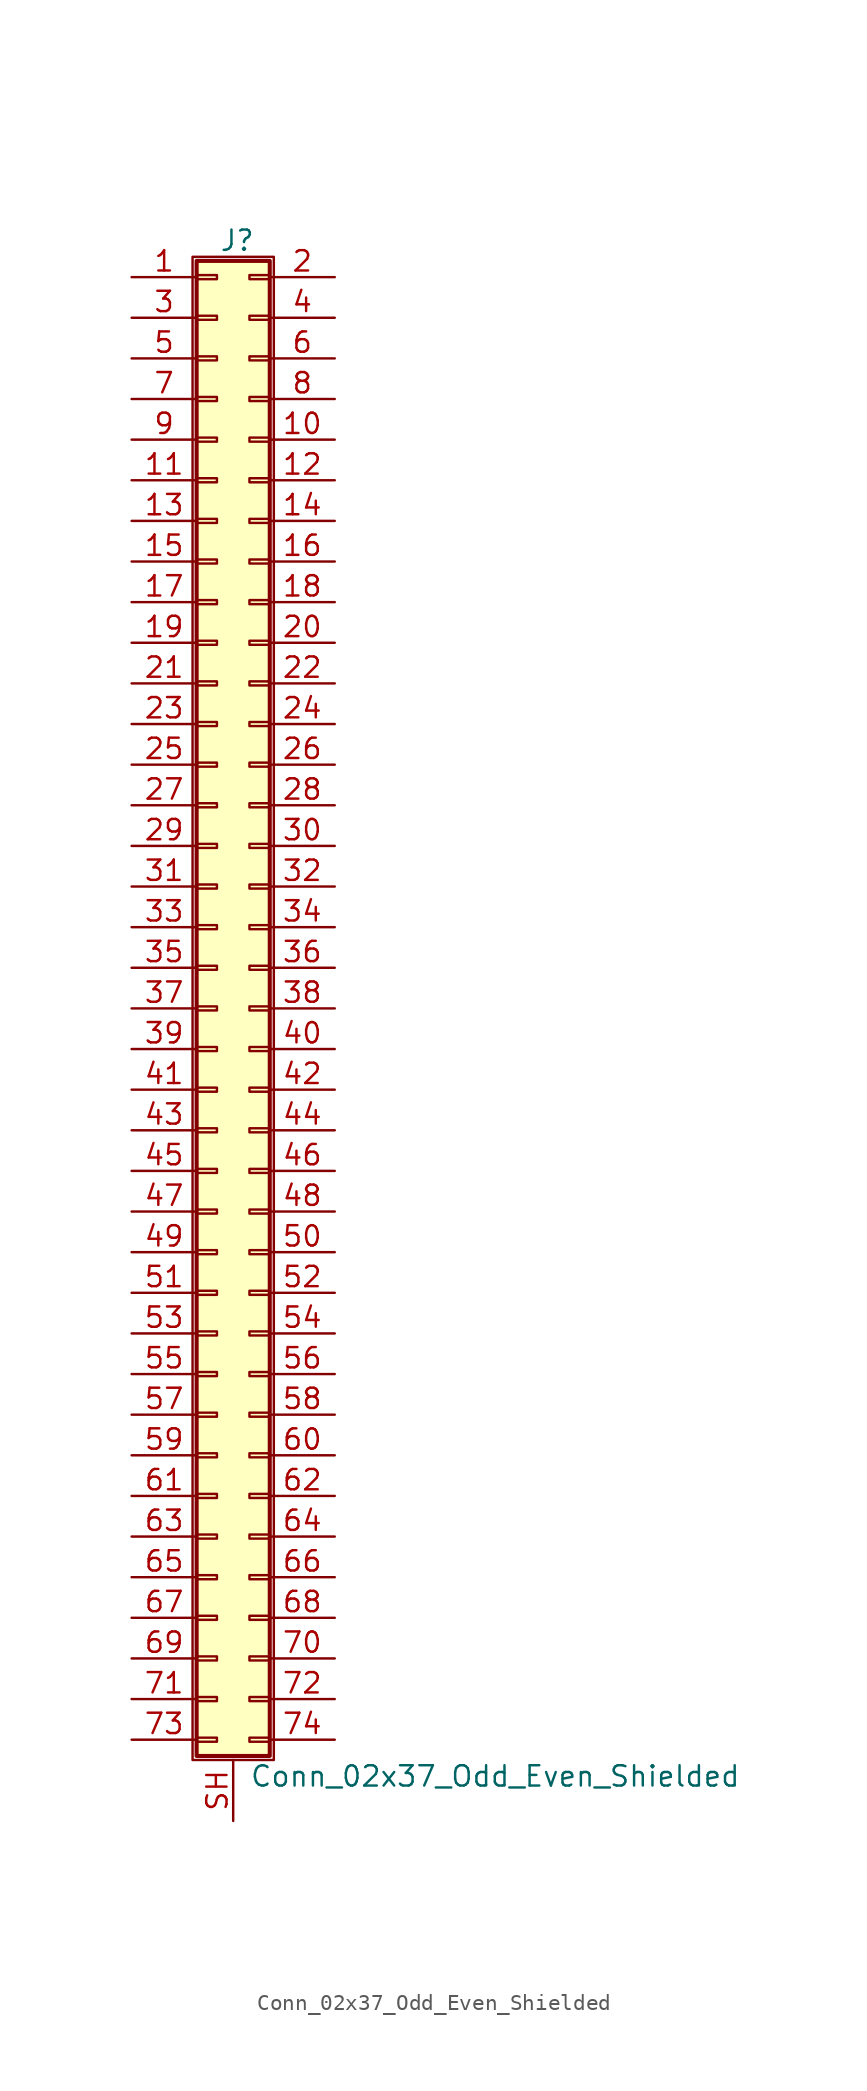
<source format=kicad_sym>
(kicad_symbol_lib
  (version 20201005)
  (generator kicad_symbol_editor)
  (symbol "Conn_02x37_Odd_Even_Shielded"
    (pin_names
      (offset 1.016) hide)
    (property "Reference" "J"
      (at 1.524 48.006 0)
      (effects (font (size 1.27 1.27))))
    (property "Value" "Conn_02x37_Odd_Even_Shielded"
      (at 2.286 -48.006 0)
      (effects (font (size 1.27 1.27)) (justify left)))
    (symbol "Conn_02x37_Odd_Even_Shielded_1_1"
      (rectangle (start -1.27 46.99) (end 3.81 -46.99) (stroke (width 0.152)) (fill (type none)))
      (rectangle (start -1.016 -45.593) (end 0.254 -45.847) (stroke (width 0.152)) (fill (type none)))
      (rectangle (start -1.016 -43.053) (end 0.254 -43.307) (stroke (width 0.152)) (fill (type none)))
      (rectangle (start -1.016 -40.513) (end 0.254 -40.767) (stroke (width 0.152)) (fill (type none)))
      (rectangle (start -1.016 -37.973) (end 0.254 -38.227) (stroke (width 0.152)) (fill (type none)))
      (rectangle (start -1.016 -35.433) (end 0.254 -35.687) (stroke (width 0.152)) (fill (type none)))
      (rectangle (start -1.016 -32.893) (end 0.254 -33.147) (stroke (width 0.152)) (fill (type none)))
      (rectangle (start -1.016 -30.353) (end 0.254 -30.607) (stroke (width 0.152)) (fill (type none)))
      (rectangle (start -1.016 -27.813) (end 0.254 -28.067) (stroke (width 0.152)) (fill (type none)))
      (rectangle (start -1.016 -25.273) (end 0.254 -25.527) (stroke (width 0.152)) (fill (type none)))
      (rectangle (start -1.016 -22.733) (end 0.254 -22.987) (stroke (width 0.152)) (fill (type none)))
      (rectangle (start -1.016 -20.193) (end 0.254 -20.447) (stroke (width 0.152)) (fill (type none)))
      (rectangle (start -1.016 -17.653) (end 0.254 -17.907) (stroke (width 0.152)) (fill (type none)))
      (rectangle (start -1.016 -15.113) (end 0.254 -15.367) (stroke (width 0.152)) (fill (type none)))
      (rectangle (start -1.016 -12.573) (end 0.254 -12.827) (stroke (width 0.152)) (fill (type none)))
      (rectangle (start -1.016 -10.033) (end 0.254 -10.287) (stroke (width 0.152)) (fill (type none)))
      (rectangle (start -1.016 -7.493) (end 0.254 -7.747) (stroke (width 0.152)) (fill (type none)))
      (rectangle (start -1.016 -4.953) (end 0.254 -5.207) (stroke (width 0.152)) (fill (type none)))
      (rectangle (start -1.016 -2.413) (end 0.254 -2.667) (stroke (width 0.152)) (fill (type none)))
      (rectangle (start -1.016 0.127) (end 0.254 -0.127) (stroke (width 0.152)) (fill (type none)))
      (rectangle (start -1.016 2.667) (end 0.254 2.413) (stroke (width 0.152)) (fill (type none)))
      (rectangle (start -1.016 5.207) (end 0.254 4.953) (stroke (width 0.152)) (fill (type none)))
      (rectangle (start -1.016 7.747) (end 0.254 7.493) (stroke (width 0.152)) (fill (type none)))
      (rectangle (start -1.016 10.287) (end 0.254 10.033) (stroke (width 0.152)) (fill (type none)))
      (rectangle (start -1.016 12.827) (end 0.254 12.573) (stroke (width 0.152)) (fill (type none)))
      (rectangle (start -1.016 15.367) (end 0.254 15.113) (stroke (width 0.152)) (fill (type none)))
      (rectangle (start -1.016 17.907) (end 0.254 17.653) (stroke (width 0.152)) (fill (type none)))
      (rectangle (start -1.016 20.447) (end 0.254 20.193) (stroke (width 0.152)) (fill (type none)))
      (rectangle (start -1.016 22.987) (end 0.254 22.733) (stroke (width 0.152)) (fill (type none)))
      (rectangle (start -1.016 25.527) (end 0.254 25.273) (stroke (width 0.152)) (fill (type none)))
      (rectangle (start -1.016 28.067) (end 0.254 27.813) (stroke (width 0.152)) (fill (type none)))
      (rectangle (start -1.016 30.607) (end 0.254 30.353) (stroke (width 0.152)) (fill (type none)))
      (rectangle (start -1.016 33.147) (end 0.254 32.893) (stroke (width 0.152)) (fill (type none)))
      (rectangle (start -1.016 35.687) (end 0.254 35.433) (stroke (width 0.152)) (fill (type none)))
      (rectangle (start -1.016 38.227) (end 0.254 37.973) (stroke (width 0.152)) (fill (type none)))
      (rectangle (start -1.016 40.767) (end 0.254 40.513) (stroke (width 0.152)) (fill (type none)))
      (rectangle (start -1.016 43.307) (end 0.254 43.053) (stroke (width 0.152)) (fill (type none)))
      (rectangle (start -1.016 45.847) (end 0.254 45.593) (stroke (width 0.152)) (fill (type none)))
      (rectangle (start 3.556 -45.593) (end 2.286 -45.847) (stroke (width 0.152)) (fill (type none)))
      (rectangle (start 3.556 -43.053) (end 2.286 -43.307) (stroke (width 0.152)) (fill (type none)))
      (rectangle (start 3.556 -40.513) (end 2.286 -40.767) (stroke (width 0.152)) (fill (type none)))
      (rectangle (start 3.556 -37.973) (end 2.286 -38.227) (stroke (width 0.152)) (fill (type none)))
      (rectangle (start 3.556 -35.433) (end 2.286 -35.687) (stroke (width 0.152)) (fill (type none)))
      (rectangle (start 3.556 -32.893) (end 2.286 -33.147) (stroke (width 0.152)) (fill (type none)))
      (rectangle (start 3.556 -30.353) (end 2.286 -30.607) (stroke (width 0.152)) (fill (type none)))
      (rectangle (start 3.556 -27.813) (end 2.286 -28.067) (stroke (width 0.152)) (fill (type none)))
      (rectangle (start 3.556 -25.273) (end 2.286 -25.527) (stroke (width 0.152)) (fill (type none)))
      (rectangle (start 3.556 -22.733) (end 2.286 -22.987) (stroke (width 0.152)) (fill (type none)))
      (rectangle (start 3.556 -20.193) (end 2.286 -20.447) (stroke (width 0.152)) (fill (type none)))
      (rectangle (start 3.556 -17.653) (end 2.286 -17.907) (stroke (width 0.152)) (fill (type none)))
      (rectangle (start 3.556 -15.113) (end 2.286 -15.367) (stroke (width 0.152)) (fill (type none)))
      (rectangle (start 3.556 -12.573) (end 2.286 -12.827) (stroke (width 0.152)) (fill (type none)))
      (rectangle (start 3.556 -10.033) (end 2.286 -10.287) (stroke (width 0.152)) (fill (type none)))
      (rectangle (start 3.556 -7.493) (end 2.286 -7.747) (stroke (width 0.152)) (fill (type none)))
      (rectangle (start 3.556 -4.953) (end 2.286 -5.207) (stroke (width 0.152)) (fill (type none)))
      (rectangle (start 3.556 -2.413) (end 2.286 -2.667) (stroke (width 0.152)) (fill (type none)))
      (rectangle (start 3.556 0.127) (end 2.286 -0.127) (stroke (width 0.152)) (fill (type none)))
      (rectangle (start 3.556 2.667) (end 2.286 2.413) (stroke (width 0.152)) (fill (type none)))
      (rectangle (start 3.556 5.207) (end 2.286 4.953) (stroke (width 0.152)) (fill (type none)))
      (rectangle (start 3.556 7.747) (end 2.286 7.493) (stroke (width 0.152)) (fill (type none)))
      (rectangle (start 3.556 10.287) (end 2.286 10.033) (stroke (width 0.152)) (fill (type none)))
      (rectangle (start 3.556 12.827) (end 2.286 12.573) (stroke (width 0.152)) (fill (type none)))
      (rectangle (start 3.556 15.367) (end 2.286 15.113) (stroke (width 0.152)) (fill (type none)))
      (rectangle (start 3.556 17.907) (end 2.286 17.653) (stroke (width 0.152)) (fill (type none)))
      (rectangle (start 3.556 20.447) (end 2.286 20.193) (stroke (width 0.152)) (fill (type none)))
      (rectangle (start 3.556 22.987) (end 2.286 22.733) (stroke (width 0.152)) (fill (type none)))
      (rectangle (start 3.556 25.527) (end 2.286 25.273) (stroke (width 0.152)) (fill (type none)))
      (rectangle (start 3.556 28.067) (end 2.286 27.813) (stroke (width 0.152)) (fill (type none)))
      (rectangle (start 3.556 30.607) (end 2.286 30.353) (stroke (width 0.152)) (fill (type none)))
      (rectangle (start 3.556 33.147) (end 2.286 32.893) (stroke (width 0.152)) (fill (type none)))
      (rectangle (start 3.556 35.687) (end 2.286 35.433) (stroke (width 0.152)) (fill (type none)))
      (rectangle (start 3.556 38.227) (end 2.286 37.973) (stroke (width 0.152)) (fill (type none)))
      (rectangle (start 3.556 40.767) (end 2.286 40.513) (stroke (width 0.152)) (fill (type none)))
      (rectangle (start 3.556 43.307) (end 2.286 43.053) (stroke (width 0.152)) (fill (type none)))
      (rectangle (start 3.556 45.847) (end 2.286 45.593) (stroke (width 0.152)) (fill (type none)))
      (rectangle (start -1.016 46.736) (end 3.556 -46.736) (stroke (width 0.254)) (fill (type background)))
      (pin passive line (at -5.08 45.72 0) (length 4.064) (name "Pin_1" (effects (font (size 1.27 1.27)))) (number "1" (effects (font (size 1.27 1.27)))))
      (pin passive line (at 7.62 35.56 180) (length 4.064) (name "Pin_10" (effects (font (size 1.27 1.27)))) (number "10" (effects (font (size 1.27 1.27)))))
      (pin passive line (at -5.08 33.02 0) (length 4.064) (name "Pin_11" (effects (font (size 1.27 1.27)))) (number "11" (effects (font (size 1.27 1.27)))))
      (pin passive line (at 7.62 33.02 180) (length 4.064) (name "Pin_12" (effects (font (size 1.27 1.27)))) (number "12" (effects (font (size 1.27 1.27)))))
      (pin passive line (at -5.08 30.48 0) (length 4.064) (name "Pin_13" (effects (font (size 1.27 1.27)))) (number "13" (effects (font (size 1.27 1.27)))))
      (pin passive line (at 7.62 30.48 180) (length 4.064) (name "Pin_14" (effects (font (size 1.27 1.27)))) (number "14" (effects (font (size 1.27 1.27)))))
      (pin passive line (at -5.08 27.94 0) (length 4.064) (name "Pin_15" (effects (font (size 1.27 1.27)))) (number "15" (effects (font (size 1.27 1.27)))))
      (pin passive line (at 7.62 27.94 180) (length 4.064) (name "Pin_16" (effects (font (size 1.27 1.27)))) (number "16" (effects (font (size 1.27 1.27)))))
      (pin passive line (at -5.08 25.4 0) (length 4.064) (name "Pin_17" (effects (font (size 1.27 1.27)))) (number "17" (effects (font (size 1.27 1.27)))))
      (pin passive line (at 7.62 25.4 180) (length 4.064) (name "Pin_18" (effects (font (size 1.27 1.27)))) (number "18" (effects (font (size 1.27 1.27)))))
      (pin passive line (at -5.08 22.86 0) (length 4.064) (name "Pin_19" (effects (font (size 1.27 1.27)))) (number "19" (effects (font (size 1.27 1.27)))))
      (pin passive line (at 7.62 45.72 180) (length 4.064) (name "Pin_2" (effects (font (size 1.27 1.27)))) (number "2" (effects (font (size 1.27 1.27)))))
      (pin passive line (at 7.62 22.86 180) (length 4.064) (name "Pin_20" (effects (font (size 1.27 1.27)))) (number "20" (effects (font (size 1.27 1.27)))))
      (pin passive line (at -5.08 20.32 0) (length 4.064) (name "Pin_21" (effects (font (size 1.27 1.27)))) (number "21" (effects (font (size 1.27 1.27)))))
      (pin passive line (at 7.62 20.32 180) (length 4.064) (name "Pin_22" (effects (font (size 1.27 1.27)))) (number "22" (effects (font (size 1.27 1.27)))))
      (pin passive line (at -5.08 17.78 0) (length 4.064) (name "Pin_23" (effects (font (size 1.27 1.27)))) (number "23" (effects (font (size 1.27 1.27)))))
      (pin passive line (at 7.62 17.78 180) (length 4.064) (name "Pin_24" (effects (font (size 1.27 1.27)))) (number "24" (effects (font (size 1.27 1.27)))))
      (pin passive line (at -5.08 15.24 0) (length 4.064) (name "Pin_25" (effects (font (size 1.27 1.27)))) (number "25" (effects (font (size 1.27 1.27)))))
      (pin passive line (at 7.62 15.24 180) (length 4.064) (name "Pin_26" (effects (font (size 1.27 1.27)))) (number "26" (effects (font (size 1.27 1.27)))))
      (pin passive line (at -5.08 12.7 0) (length 4.064) (name "Pin_27" (effects (font (size 1.27 1.27)))) (number "27" (effects (font (size 1.27 1.27)))))
      (pin passive line (at 7.62 12.7 180) (length 4.064) (name "Pin_28" (effects (font (size 1.27 1.27)))) (number "28" (effects (font (size 1.27 1.27)))))
      (pin passive line (at -5.08 10.16 0) (length 4.064) (name "Pin_29" (effects (font (size 1.27 1.27)))) (number "29" (effects (font (size 1.27 1.27)))))
      (pin passive line (at -5.08 43.18 0) (length 4.064) (name "Pin_3" (effects (font (size 1.27 1.27)))) (number "3" (effects (font (size 1.27 1.27)))))
      (pin passive line (at 7.62 10.16 180) (length 4.064) (name "Pin_30" (effects (font (size 1.27 1.27)))) (number "30" (effects (font (size 1.27 1.27)))))
      (pin passive line (at -5.08 7.62 0) (length 4.064) (name "Pin_31" (effects (font (size 1.27 1.27)))) (number "31" (effects (font (size 1.27 1.27)))))
      (pin passive line (at 7.62 7.62 180) (length 4.064) (name "Pin_32" (effects (font (size 1.27 1.27)))) (number "32" (effects (font (size 1.27 1.27)))))
      (pin passive line (at -5.08 5.08 0) (length 4.064) (name "Pin_33" (effects (font (size 1.27 1.27)))) (number "33" (effects (font (size 1.27 1.27)))))
      (pin passive line (at 7.62 5.08 180) (length 4.064) (name "Pin_34" (effects (font (size 1.27 1.27)))) (number "34" (effects (font (size 1.27 1.27)))))
      (pin passive line (at -5.08 2.54 0) (length 4.064) (name "Pin_35" (effects (font (size 1.27 1.27)))) (number "35" (effects (font (size 1.27 1.27)))))
      (pin passive line (at 7.62 2.54 180) (length 4.064) (name "Pin_36" (effects (font (size 1.27 1.27)))) (number "36" (effects (font (size 1.27 1.27)))))
      (pin passive line (at -5.08 0 0) (length 4.064) (name "Pin_37" (effects (font (size 1.27 1.27)))) (number "37" (effects (font (size 1.27 1.27)))))
      (pin passive line (at 7.62 0 180) (length 4.064) (name "Pin_38" (effects (font (size 1.27 1.27)))) (number "38" (effects (font (size 1.27 1.27)))))
      (pin passive line (at -5.08 -2.54 0) (length 4.064) (name "Pin_39" (effects (font (size 1.27 1.27)))) (number "39" (effects (font (size 1.27 1.27)))))
      (pin passive line (at 7.62 43.18 180) (length 4.064) (name "Pin_4" (effects (font (size 1.27 1.27)))) (number "4" (effects (font (size 1.27 1.27)))))
      (pin passive line (at 7.62 -2.54 180) (length 4.064) (name "Pin_40" (effects (font (size 1.27 1.27)))) (number "40" (effects (font (size 1.27 1.27)))))
      (pin passive line (at -5.08 -5.08 0) (length 4.064) (name "Pin_41" (effects (font (size 1.27 1.27)))) (number "41" (effects (font (size 1.27 1.27)))))
      (pin passive line (at 7.62 -5.08 180) (length 4.064) (name "Pin_42" (effects (font (size 1.27 1.27)))) (number "42" (effects (font (size 1.27 1.27)))))
      (pin passive line (at -5.08 -7.62 0) (length 4.064) (name "Pin_43" (effects (font (size 1.27 1.27)))) (number "43" (effects (font (size 1.27 1.27)))))
      (pin passive line (at 7.62 -7.62 180) (length 4.064) (name "Pin_44" (effects (font (size 1.27 1.27)))) (number "44" (effects (font (size 1.27 1.27)))))
      (pin passive line (at -5.08 -10.16 0) (length 4.064) (name "Pin_45" (effects (font (size 1.27 1.27)))) (number "45" (effects (font (size 1.27 1.27)))))
      (pin passive line (at 7.62 -10.16 180) (length 4.064) (name "Pin_46" (effects (font (size 1.27 1.27)))) (number "46" (effects (font (size 1.27 1.27)))))
      (pin passive line (at -5.08 -12.7 0) (length 4.064) (name "Pin_47" (effects (font (size 1.27 1.27)))) (number "47" (effects (font (size 1.27 1.27)))))
      (pin passive line (at 7.62 -12.7 180) (length 4.064) (name "Pin_48" (effects (font (size 1.27 1.27)))) (number "48" (effects (font (size 1.27 1.27)))))
      (pin passive line (at -5.08 -15.24 0) (length 4.064) (name "Pin_49" (effects (font (size 1.27 1.27)))) (number "49" (effects (font (size 1.27 1.27)))))
      (pin passive line (at -5.08 40.64 0) (length 4.064) (name "Pin_5" (effects (font (size 1.27 1.27)))) (number "5" (effects (font (size 1.27 1.27)))))
      (pin passive line (at 7.62 -15.24 180) (length 4.064) (name "Pin_50" (effects (font (size 1.27 1.27)))) (number "50" (effects (font (size 1.27 1.27)))))
      (pin passive line (at -5.08 -17.78 0) (length 4.064) (name "Pin_51" (effects (font (size 1.27 1.27)))) (number "51" (effects (font (size 1.27 1.27)))))
      (pin passive line (at 7.62 -17.78 180) (length 4.064) (name "Pin_52" (effects (font (size 1.27 1.27)))) (number "52" (effects (font (size 1.27 1.27)))))
      (pin passive line (at -5.08 -20.32 0) (length 4.064) (name "Pin_53" (effects (font (size 1.27 1.27)))) (number "53" (effects (font (size 1.27 1.27)))))
      (pin passive line (at 7.62 -20.32 180) (length 4.064) (name "Pin_54" (effects (font (size 1.27 1.27)))) (number "54" (effects (font (size 1.27 1.27)))))
      (pin passive line (at -5.08 -22.86 0) (length 4.064) (name "Pin_55" (effects (font (size 1.27 1.27)))) (number "55" (effects (font (size 1.27 1.27)))))
      (pin passive line (at 7.62 -22.86 180) (length 4.064) (name "Pin_56" (effects (font (size 1.27 1.27)))) (number "56" (effects (font (size 1.27 1.27)))))
      (pin passive line (at -5.08 -25.4 0) (length 4.064) (name "Pin_57" (effects (font (size 1.27 1.27)))) (number "57" (effects (font (size 1.27 1.27)))))
      (pin passive line (at 7.62 -25.4 180) (length 4.064) (name "Pin_58" (effects (font (size 1.27 1.27)))) (number "58" (effects (font (size 1.27 1.27)))))
      (pin passive line (at -5.08 -27.94 0) (length 4.064) (name "Pin_59" (effects (font (size 1.27 1.27)))) (number "59" (effects (font (size 1.27 1.27)))))
      (pin passive line (at 7.62 40.64 180) (length 4.064) (name "Pin_6" (effects (font (size 1.27 1.27)))) (number "6" (effects (font (size 1.27 1.27)))))
      (pin passive line (at 7.62 -27.94 180) (length 4.064) (name "Pin_60" (effects (font (size 1.27 1.27)))) (number "60" (effects (font (size 1.27 1.27)))))
      (pin passive line (at -5.08 -30.48 0) (length 4.064) (name "Pin_61" (effects (font (size 1.27 1.27)))) (number "61" (effects (font (size 1.27 1.27)))))
      (pin passive line (at 7.62 -30.48 180) (length 4.064) (name "Pin_62" (effects (font (size 1.27 1.27)))) (number "62" (effects (font (size 1.27 1.27)))))
      (pin passive line (at -5.08 -33.02 0) (length 4.064) (name "Pin_63" (effects (font (size 1.27 1.27)))) (number "63" (effects (font (size 1.27 1.27)))))
      (pin passive line (at 7.62 -33.02 180) (length 4.064) (name "Pin_64" (effects (font (size 1.27 1.27)))) (number "64" (effects (font (size 1.27 1.27)))))
      (pin passive line (at -5.08 -35.56 0) (length 4.064) (name "Pin_65" (effects (font (size 1.27 1.27)))) (number "65" (effects (font (size 1.27 1.27)))))
      (pin passive line (at 7.62 -35.56 180) (length 4.064) (name "Pin_66" (effects (font (size 1.27 1.27)))) (number "66" (effects (font (size 1.27 1.27)))))
      (pin passive line (at -5.08 -38.1 0) (length 4.064) (name "Pin_67" (effects (font (size 1.27 1.27)))) (number "67" (effects (font (size 1.27 1.27)))))
      (pin passive line (at 7.62 -38.1 180) (length 4.064) (name "Pin_68" (effects (font (size 1.27 1.27)))) (number "68" (effects (font (size 1.27 1.27)))))
      (pin passive line (at -5.08 -40.64 0) (length 4.064) (name "Pin_69" (effects (font (size 1.27 1.27)))) (number "69" (effects (font (size 1.27 1.27)))))
      (pin passive line (at -5.08 38.1 0) (length 4.064) (name "Pin_7" (effects (font (size 1.27 1.27)))) (number "7" (effects (font (size 1.27 1.27)))))
      (pin passive line (at 7.62 -40.64 180) (length 4.064) (name "Pin_70" (effects (font (size 1.27 1.27)))) (number "70" (effects (font (size 1.27 1.27)))))
      (pin passive line (at -5.08 -43.18 0) (length 4.064) (name "Pin_71" (effects (font (size 1.27 1.27)))) (number "71" (effects (font (size 1.27 1.27)))))
      (pin passive line (at 7.62 -43.18 180) (length 4.064) (name "Pin_72" (effects (font (size 1.27 1.27)))) (number "72" (effects (font (size 1.27 1.27)))))
      (pin passive line (at -5.08 -45.72 0) (length 4.064) (name "Pin_73" (effects (font (size 1.27 1.27)))) (number "73" (effects (font (size 1.27 1.27)))))
      (pin passive line (at 7.62 -45.72 180) (length 4.064) (name "Pin_74" (effects (font (size 1.27 1.27)))) (number "74" (effects (font (size 1.27 1.27)))))
      (pin passive line (at 7.62 38.1 180) (length 4.064) (name "Pin_8" (effects (font (size 1.27 1.27)))) (number "8" (effects (font (size 1.27 1.27)))))
      (pin passive line (at -5.08 35.56 0) (length 4.064) (name "Pin_9" (effects (font (size 1.27 1.27)))) (number "9" (effects (font (size 1.27 1.27)))))
      (pin passive line (at 1.27 -50.8 90) (length 3.81) (name "Shield" (effects (font (size 1.27 1.27)))) (number "SH" (effects (font (size 1.27 1.27))))))))
</source>
